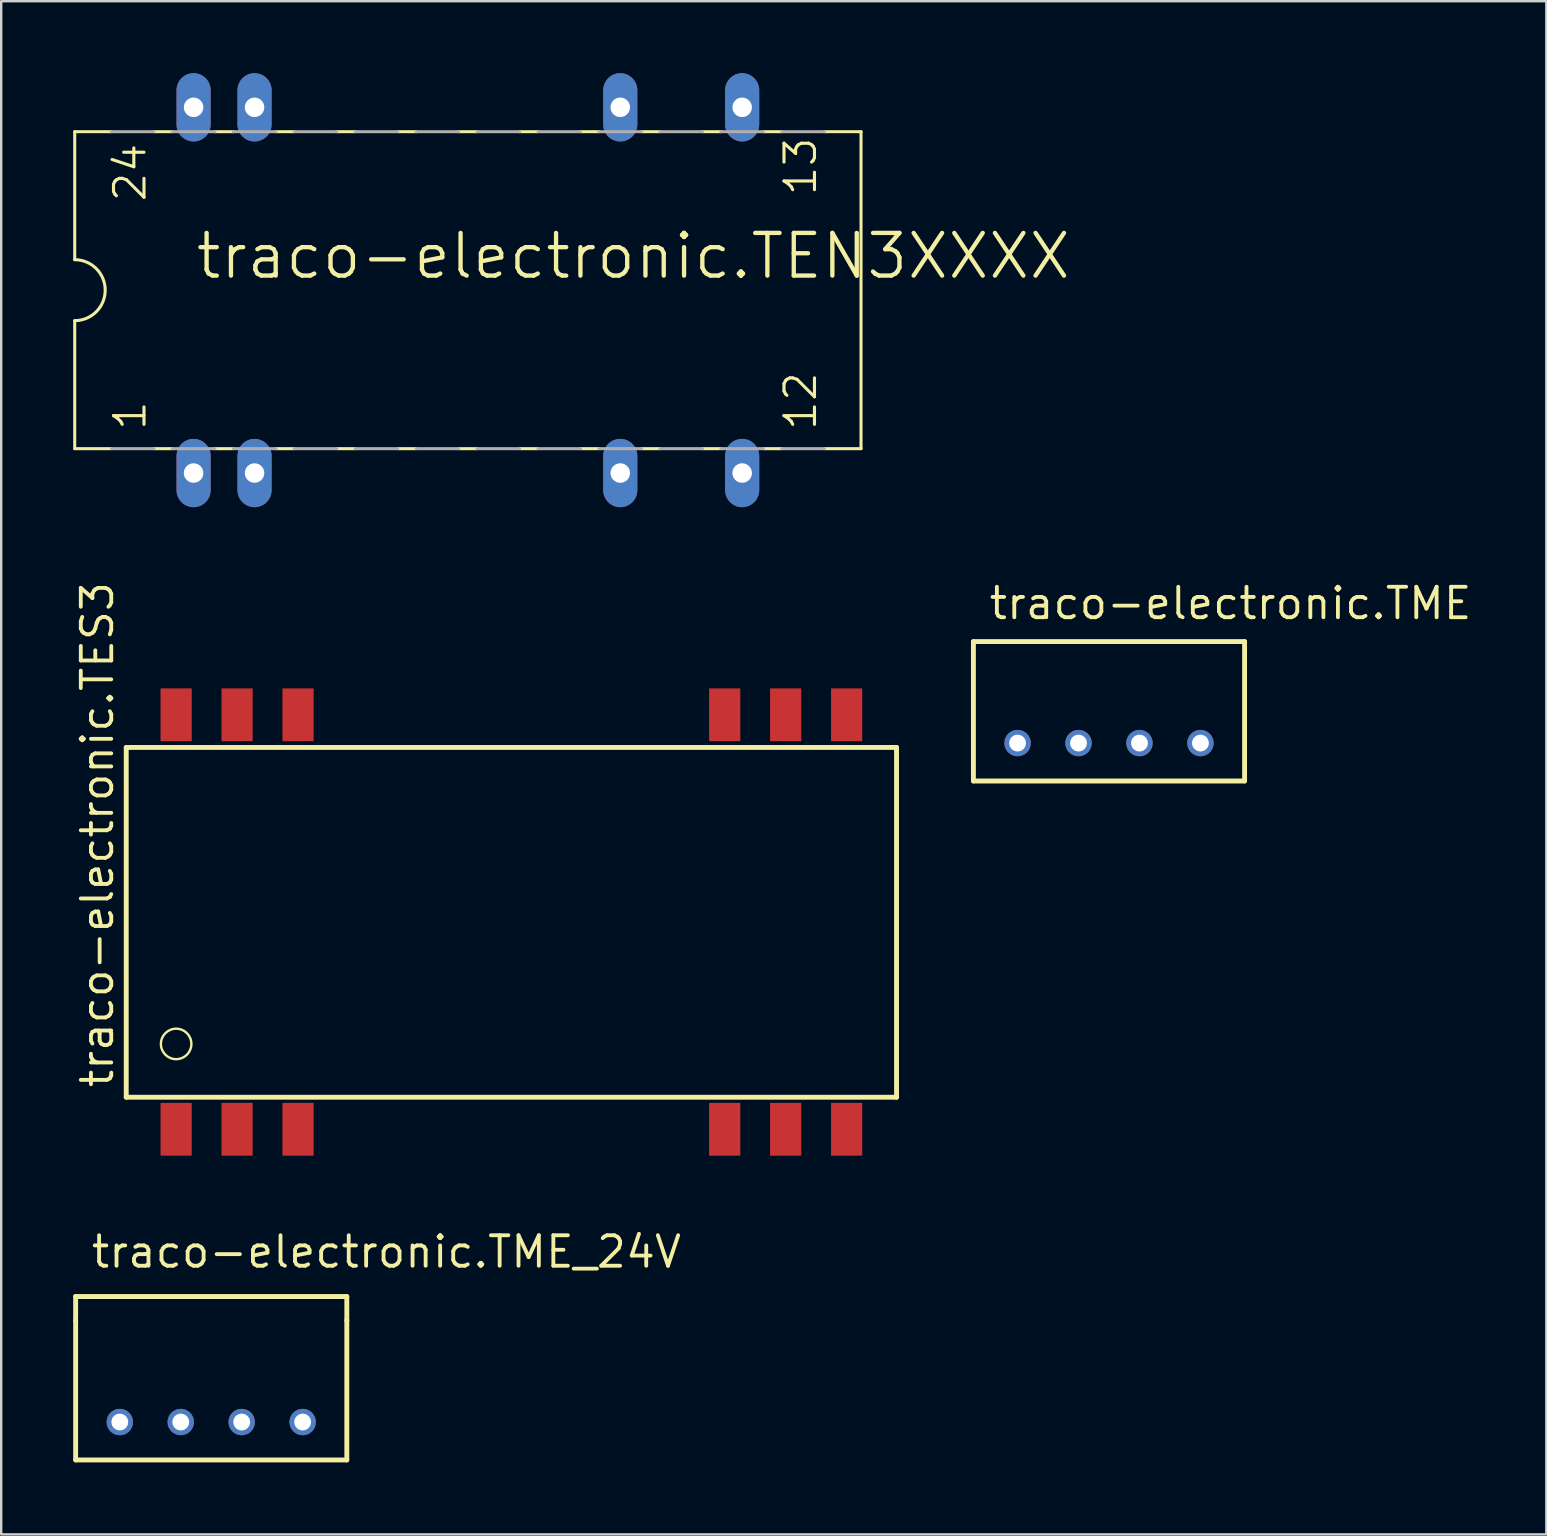
<source format=kicad_pcb>
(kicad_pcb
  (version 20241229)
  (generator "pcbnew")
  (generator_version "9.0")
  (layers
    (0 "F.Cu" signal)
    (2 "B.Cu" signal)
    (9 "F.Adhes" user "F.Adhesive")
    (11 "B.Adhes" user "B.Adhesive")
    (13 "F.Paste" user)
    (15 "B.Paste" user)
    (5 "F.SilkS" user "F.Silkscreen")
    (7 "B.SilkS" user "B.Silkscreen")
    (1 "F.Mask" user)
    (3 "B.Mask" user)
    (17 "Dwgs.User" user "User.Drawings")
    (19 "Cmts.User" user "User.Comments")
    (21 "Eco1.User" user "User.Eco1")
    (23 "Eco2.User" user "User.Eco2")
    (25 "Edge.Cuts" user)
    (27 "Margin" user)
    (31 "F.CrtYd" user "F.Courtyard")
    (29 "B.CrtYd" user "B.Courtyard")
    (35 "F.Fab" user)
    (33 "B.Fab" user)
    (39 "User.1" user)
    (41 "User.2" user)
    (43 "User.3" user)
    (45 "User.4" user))
  (footprint "traco-electronic.TME_24V"
    (layer "F.Cu")
    (at 5.752 56.208)
    (property "Reference" "traco-electronic.TME_24V" (at -5.08 -6.35 0) (layer "F.SilkS") (effects (font (size 1.27 1.27) (thickness 0.16)) (justify left bottom)))
    (attr through_hole)
    (fp_line (start -5.65 -5.23) (end 5.65 -5.23) (stroke (width 0.203) (type default)) (layer "F.SilkS"))
    (fp_line (start -5.65 -4.23) (end -5.65 -5.23) (stroke (width 0.203) (type default)) (layer "F.SilkS"))
    (fp_line (start -5.65 1.58) (end -5.65 -4.23) (stroke (width 0.203) (type default)) (layer "F.SilkS"))
    (fp_line (start 5.65 -5.23) (end 5.65 -4.23) (stroke (width 0.203) (type default)) (layer "F.SilkS"))
    (fp_line (start 5.65 -4.23) (end 5.65 1.58) (stroke (width 0.203) (type default)) (layer "F.SilkS"))
    (fp_line (start 5.65 1.58) (end -5.65 1.58) (stroke (width 0.203) (type default)) (layer "F.SilkS"))
    (pad "1" thru_hole circle (at -3.81 0) (size 1.1 1.1) (drill 0.7) (layers "*.Cu" "*.Mask"))
    (pad "2" thru_hole circle (at -1.27 0) (size 1.1 1.1) (drill 0.7) (layers "*.Cu" "*.Mask"))
    (pad "3" thru_hole circle (at 1.27 0) (size 1.1 1.1) (drill 0.7) (layers "*.Cu" "*.Mask"))
    (pad "4" thru_hole circle (at 3.81 0) (size 1.1 1.1) (drill 0.7) (layers "*.Cu" "*.Mask")))
  (footprint "traco-electronic.TES3"
    (layer "F.Cu")
    (at 18.26 35.372)
    (property "Reference" "traco-electronic.TES3" (at -16.51 6.985 90) (layer "F.SilkS") (effects (font (size 1.27 1.27) (thickness 0.16)) (justify left bottom)))
    (attr smd)
    (fp_line (start -16.05 -7.275) (end 16.05 -7.275) (stroke (width 0.203) (type default)) (layer "F.SilkS"))
    (fp_line (start -16.05 7.3) (end -16.05 -7.275) (stroke (width 0.203) (type default)) (layer "F.SilkS"))
    (fp_line (start 16.05 -7.275) (end 16.05 7.3) (stroke (width 0.203) (type default)) (layer "F.SilkS"))
    (fp_line (start 16.05 7.3) (end -16.05 7.3) (stroke (width 0.203) (type default)) (layer "F.SilkS"))
    (fp_circle (center -13.97 5.08) (end -13.335 5.08) (stroke (width 0.1) (type default)) (fill no) (layer "F.SilkS"))
    (pad "1" smd roundrect (at -13.97 8.636) (size 1.3 2.2) (layers "F.Cu" "F.Mask" "F.Paste") (roundrect_rratio 0.01))
    (pad "2" smd roundrect (at -11.43 8.636) (size 1.3 2.2) (layers "F.Cu" "F.Mask" "F.Paste") (roundrect_rratio 0.01))
    (pad "3" smd roundrect (at -8.89 8.636) (size 1.3 2.2) (layers "F.Cu" "F.Mask" "F.Paste") (roundrect_rratio 0.01))
    (pad "10" smd roundrect (at 8.89 8.636) (size 1.3 2.2) (layers "F.Cu" "F.Mask" "F.Paste") (roundrect_rratio 0.01))
    (pad "11" smd roundrect (at 11.43 8.636) (size 1.3 2.2) (layers "F.Cu" "F.Mask" "F.Paste") (roundrect_rratio 0.01))
    (pad "12" smd roundrect (at 13.97 8.636) (size 1.3 2.2) (layers "F.Cu" "F.Mask" "F.Paste") (roundrect_rratio 0.01))
    (pad "13" smd roundrect (at 13.97 -8.636 180) (size 1.3 2.2) (layers "F.Cu" "F.Mask" "F.Paste") (roundrect_rratio 0.01))
    (pad "14" smd roundrect (at 11.43 -8.636 180) (size 1.3 2.2) (layers "F.Cu" "F.Mask" "F.Paste") (roundrect_rratio 0.01))
    (pad "15" smd roundrect (at 8.89 -8.636 180) (size 1.3 2.2) (layers "F.Cu" "F.Mask" "F.Paste") (roundrect_rratio 0.01))
    (pad "22" smd roundrect (at -8.89 -8.636 180) (size 1.3 2.2) (layers "F.Cu" "F.Mask" "F.Paste") (roundrect_rratio 0.01))
    (pad "23" smd roundrect (at -11.43 -8.636 180) (size 1.3 2.2) (layers "F.Cu" "F.Mask" "F.Paste") (roundrect_rratio 0.01))
    (pad "24" smd roundrect (at -13.97 -8.636 180) (size 1.3 2.2) (layers "F.Cu" "F.Mask" "F.Paste") (roundrect_rratio 0.01)))
  (footprint "traco-electronic.TEN3XXXX"
    (layer "F.Cu")
    (at 16.447 9.042)
    (property "Reference" "traco-electronic.TEN3XXXX" (at -11.43 -0.381 0) (layer "F.SilkS") (effects (font (size 1.778 1.778) (thickness 0.18)) (justify left bottom)))
    (attr through_hole)
    (fp_line (start -16.383 -6.604) (end -16.383 -1.27) (stroke (width 0.127) (type default)) (layer "F.SilkS"))
    (fp_line (start -16.383 -6.604) (end -14.859 -6.604) (stroke (width 0.127) (type default)) (layer "F.SilkS"))
    (fp_line (start -16.383 1.27) (end -16.383 6.604) (stroke (width 0.127) (type default)) (layer "F.SilkS"))
    (fp_line (start -16.383 6.604) (end -14.859 6.604) (stroke (width 0.127) (type default)) (layer "F.SilkS"))
    (fp_line (start -12.319 -6.604) (end -13.081 -6.604) (stroke (width 0.127) (type default)) (layer "F.SilkS"))
    (fp_line (start -12.319 6.604) (end -13.081 6.604) (stroke (width 0.127) (type default)) (layer "F.SilkS"))
    (fp_line (start -9.779 -6.604) (end -10.541 -6.604) (stroke (width 0.127) (type default)) (layer "F.SilkS"))
    (fp_line (start -9.779 6.604) (end -10.541 6.604) (stroke (width 0.127) (type default)) (layer "F.SilkS"))
    (fp_line (start -7.239 -6.604) (end -8.001 -6.604) (stroke (width 0.127) (type default)) (layer "F.SilkS"))
    (fp_line (start -7.239 6.604) (end -8.001 6.604) (stroke (width 0.127) (type default)) (layer "F.SilkS"))
    (fp_line (start -4.699 -6.604) (end -5.461 -6.604) (stroke (width 0.127) (type default)) (layer "F.SilkS"))
    (fp_line (start -4.699 6.604) (end -5.461 6.604) (stroke (width 0.127) (type default)) (layer "F.SilkS"))
    (fp_line (start -2.159 -6.604) (end -2.921 -6.604) (stroke (width 0.127) (type default)) (layer "F.SilkS"))
    (fp_line (start -2.159 6.604) (end -2.921 6.604) (stroke (width 0.127) (type default)) (layer "F.SilkS"))
    (fp_line (start 0.381 -6.604) (end -0.381 -6.604) (stroke (width 0.127) (type default)) (layer "F.SilkS"))
    (fp_line (start 0.381 6.604) (end -0.381 6.604) (stroke (width 0.127) (type default)) (layer "F.SilkS"))
    (fp_line (start 2.921 -6.604) (end 2.159 -6.604) (stroke (width 0.127) (type default)) (layer "F.SilkS"))
    (fp_line (start 2.921 6.604) (end 2.159 6.604) (stroke (width 0.127) (type default)) (layer "F.SilkS"))
    (fp_line (start 5.461 -6.604) (end 4.699 -6.604) (stroke (width 0.127) (type default)) (layer "F.SilkS"))
    (fp_line (start 5.461 6.604) (end 4.699 6.604) (stroke (width 0.127) (type default)) (layer "F.SilkS"))
    (fp_line (start 8.001 -6.604) (end 7.239 -6.604) (stroke (width 0.127) (type default)) (layer "F.SilkS"))
    (fp_line (start 8.001 6.604) (end 7.239 6.604) (stroke (width 0.127) (type default)) (layer "F.SilkS"))
    (fp_line (start 10.541 -6.604) (end 9.779 -6.604) (stroke (width 0.127) (type default)) (layer "F.SilkS"))
    (fp_line (start 10.541 6.604) (end 9.779 6.604) (stroke (width 0.127) (type default)) (layer "F.SilkS"))
    (fp_line (start 13.081 -6.604) (end 12.319 -6.604) (stroke (width 0.127) (type default)) (layer "F.SilkS"))
    (fp_line (start 13.081 6.604) (end 12.319 6.604) (stroke (width 0.127) (type default)) (layer "F.SilkS"))
    (fp_line (start 16.383 -6.604) (end 14.859 -6.604) (stroke (width 0.127) (type default)) (layer "F.SilkS"))
    (fp_line (start 16.383 6.604) (end 14.859 6.604) (stroke (width 0.127) (type default)) (layer "F.SilkS"))
    (fp_line (start 16.383 6.604) (end 16.383 -6.604) (stroke (width 0.127) (type default)) (layer "F.SilkS"))
    (fp_arc (start -16.383 -1.27) (mid -15.113 0) (end -16.383 1.27) (stroke (width 0.127) (type default)) (layer "F.SilkS"))
    (fp_line (start -14.859 -6.604) (end -13.081 -6.604) (stroke (width 0.127) (type default)) (layer "F.Fab"))
    (fp_line (start -14.859 6.604) (end -13.081 6.604) (stroke (width 0.127) (type default)) (layer "F.Fab"))
    (fp_line (start -10.541 -6.604) (end -12.319 -6.604) (stroke (width 0.127) (type default)) (layer "F.Fab"))
    (fp_line (start -10.541 6.604) (end -12.319 6.604) (stroke (width 0.127) (type default)) (layer "F.Fab"))
    (fp_line (start -9.779 -6.604) (end -8.001 -6.604) (stroke (width 0.127) (type default)) (layer "F.Fab"))
    (fp_line (start -9.779 6.604) (end -8.001 6.604) (stroke (width 0.127) (type default)) (layer "F.Fab"))
    (fp_line (start -5.461 -6.604) (end -7.239 -6.604) (stroke (width 0.127) (type default)) (layer "F.Fab"))
    (fp_line (start -5.461 6.604) (end -7.239 6.604) (stroke (width 0.127) (type default)) (layer "F.Fab"))
    (fp_line (start -4.699 -6.604) (end -2.921 -6.604) (stroke (width 0.127) (type default)) (layer "F.Fab"))
    (fp_line (start -4.699 6.604) (end -2.921 6.604) (stroke (width 0.127) (type default)) (layer "F.Fab"))
    (fp_line (start -0.381 -6.604) (end -2.159 -6.604) (stroke (width 0.127) (type default)) (layer "F.Fab"))
    (fp_line (start -0.381 6.604) (end -2.159 6.604) (stroke (width 0.127) (type default)) (layer "F.Fab"))
    (fp_line (start 2.159 -6.604) (end 0.381 -6.604) (stroke (width 0.127) (type default)) (layer "F.Fab"))
    (fp_line (start 2.159 6.604) (end 0.381 6.604) (stroke (width 0.127) (type default)) (layer "F.Fab"))
    (fp_line (start 2.921 -6.604) (end 4.699 -6.604) (stroke (width 0.127) (type default)) (layer "F.Fab"))
    (fp_line (start 2.921 6.604) (end 4.699 6.604) (stroke (width 0.127) (type default)) (layer "F.Fab"))
    (fp_line (start 7.239 -6.604) (end 5.461 -6.604) (stroke (width 0.127) (type default)) (layer "F.Fab"))
    (fp_line (start 7.239 6.604) (end 5.461 6.604) (stroke (width 0.127) (type default)) (layer "F.Fab"))
    (fp_line (start 8.001 -6.604) (end 9.779 -6.604) (stroke (width 0.127) (type default)) (layer "F.Fab"))
    (fp_line (start 8.001 6.604) (end 9.779 6.604) (stroke (width 0.127) (type default)) (layer "F.Fab"))
    (fp_line (start 12.319 -6.604) (end 10.541 -6.604) (stroke (width 0.127) (type default)) (layer "F.Fab"))
    (fp_line (start 12.319 6.604) (end 10.541 6.604) (stroke (width 0.127) (type default)) (layer "F.Fab"))
    (fp_line (start 14.859 -6.604) (end 13.081 -6.604) (stroke (width 0.127) (type default)) (layer "F.Fab"))
    (fp_line (start 14.859 6.604) (end 13.081 6.604) (stroke (width 0.127) (type default)) (layer "F.Fab"))
    (fp_text user "13" (at 14.605 -3.861 90) (layer "F.SilkS") (effects (font (size 1.27 1.27) (thickness 0.13)) (justify left bottom)))
    (fp_text user "24" (at -13.335 -3.607 90) (layer "F.SilkS") (effects (font (size 1.27 1.27) (thickness 0.13)) (justify left bottom)))
    (fp_text user "12" (at 14.605 5.918 90) (layer "F.SilkS") (effects (font (size 1.27 1.27) (thickness 0.13)) (justify left bottom)))
    (fp_text user "1" (at -13.335 5.918 90) (layer "F.SilkS") (effects (font (size 1.27 1.27) (thickness 0.13)) (justify left bottom)))
    (pad "2" thru_hole oval (at -11.43 7.62 90) (size 2.845 1.422) (drill 0.813) (layers "*.Cu" "*.Mask"))
    (pad "3" thru_hole oval (at -8.89 7.62 90) (size 2.845 1.422) (drill 0.813) (layers "*.Cu" "*.Mask"))
    (pad "9" thru_hole oval (at 6.35 7.62 90) (size 2.845 1.422) (drill 0.813) (layers "*.Cu" "*.Mask"))
    (pad "11" thru_hole oval (at 11.43 7.62 90) (size 2.845 1.422) (drill 0.813) (layers "*.Cu" "*.Mask"))
    (pad "14" thru_hole oval (at 11.43 -7.62 90) (size 2.845 1.422) (drill 0.813) (layers "*.Cu" "*.Mask"))
    (pad "16" thru_hole oval (at 6.35 -7.62 90) (size 2.845 1.422) (drill 0.813) (layers "*.Cu" "*.Mask"))
    (pad "22" thru_hole oval (at -8.89 -7.62 90) (size 2.845 1.422) (drill 0.813) (layers "*.Cu" "*.Mask"))
    (pad "23" thru_hole oval (at -11.43 -7.62 90) (size 2.845 1.422) (drill 0.813) (layers "*.Cu" "*.Mask")))
  (footprint "traco-electronic.TME"
    (layer "F.Cu")
    (at 43.163 27.915)
    (property "Reference" "traco-electronic.TME" (at -5.08 -5.08 0) (layer "F.SilkS") (effects (font (size 1.27 1.27) (thickness 0.16)) (justify left bottom)))
    (attr through_hole)
    (fp_line (start -5.65 -4.23) (end 5.65 -4.23) (stroke (width 0.203) (type default)) (layer "F.SilkS"))
    (fp_line (start -5.65 1.58) (end -5.65 -4.23) (stroke (width 0.203) (type default)) (layer "F.SilkS"))
    (fp_line (start 5.65 -4.23) (end 5.65 1.58) (stroke (width 0.203) (type default)) (layer "F.SilkS"))
    (fp_line (start 5.65 1.58) (end -5.65 1.58) (stroke (width 0.203) (type default)) (layer "F.SilkS"))
    (pad "1" thru_hole circle (at -3.81 0) (size 1.1 1.1) (drill 0.7) (layers "*.Cu" "*.Mask"))
    (pad "2" thru_hole circle (at -1.27 0) (size 1.1 1.1) (drill 0.7) (layers "*.Cu" "*.Mask"))
    (pad "3" thru_hole circle (at 1.27 0) (size 1.1 1.1) (drill 0.7) (layers "*.Cu" "*.Mask"))
    (pad "4" thru_hole circle (at 3.81 0) (size 1.1 1.1) (drill 0.7) (layers "*.Cu" "*.Mask")))
  (gr_rect
    (start -3 -3)
    (end 61.387 60.889)
    (stroke (width 0.1) (type default))
    (fill no)
    (layer "Edge.Cuts")))
</source>
